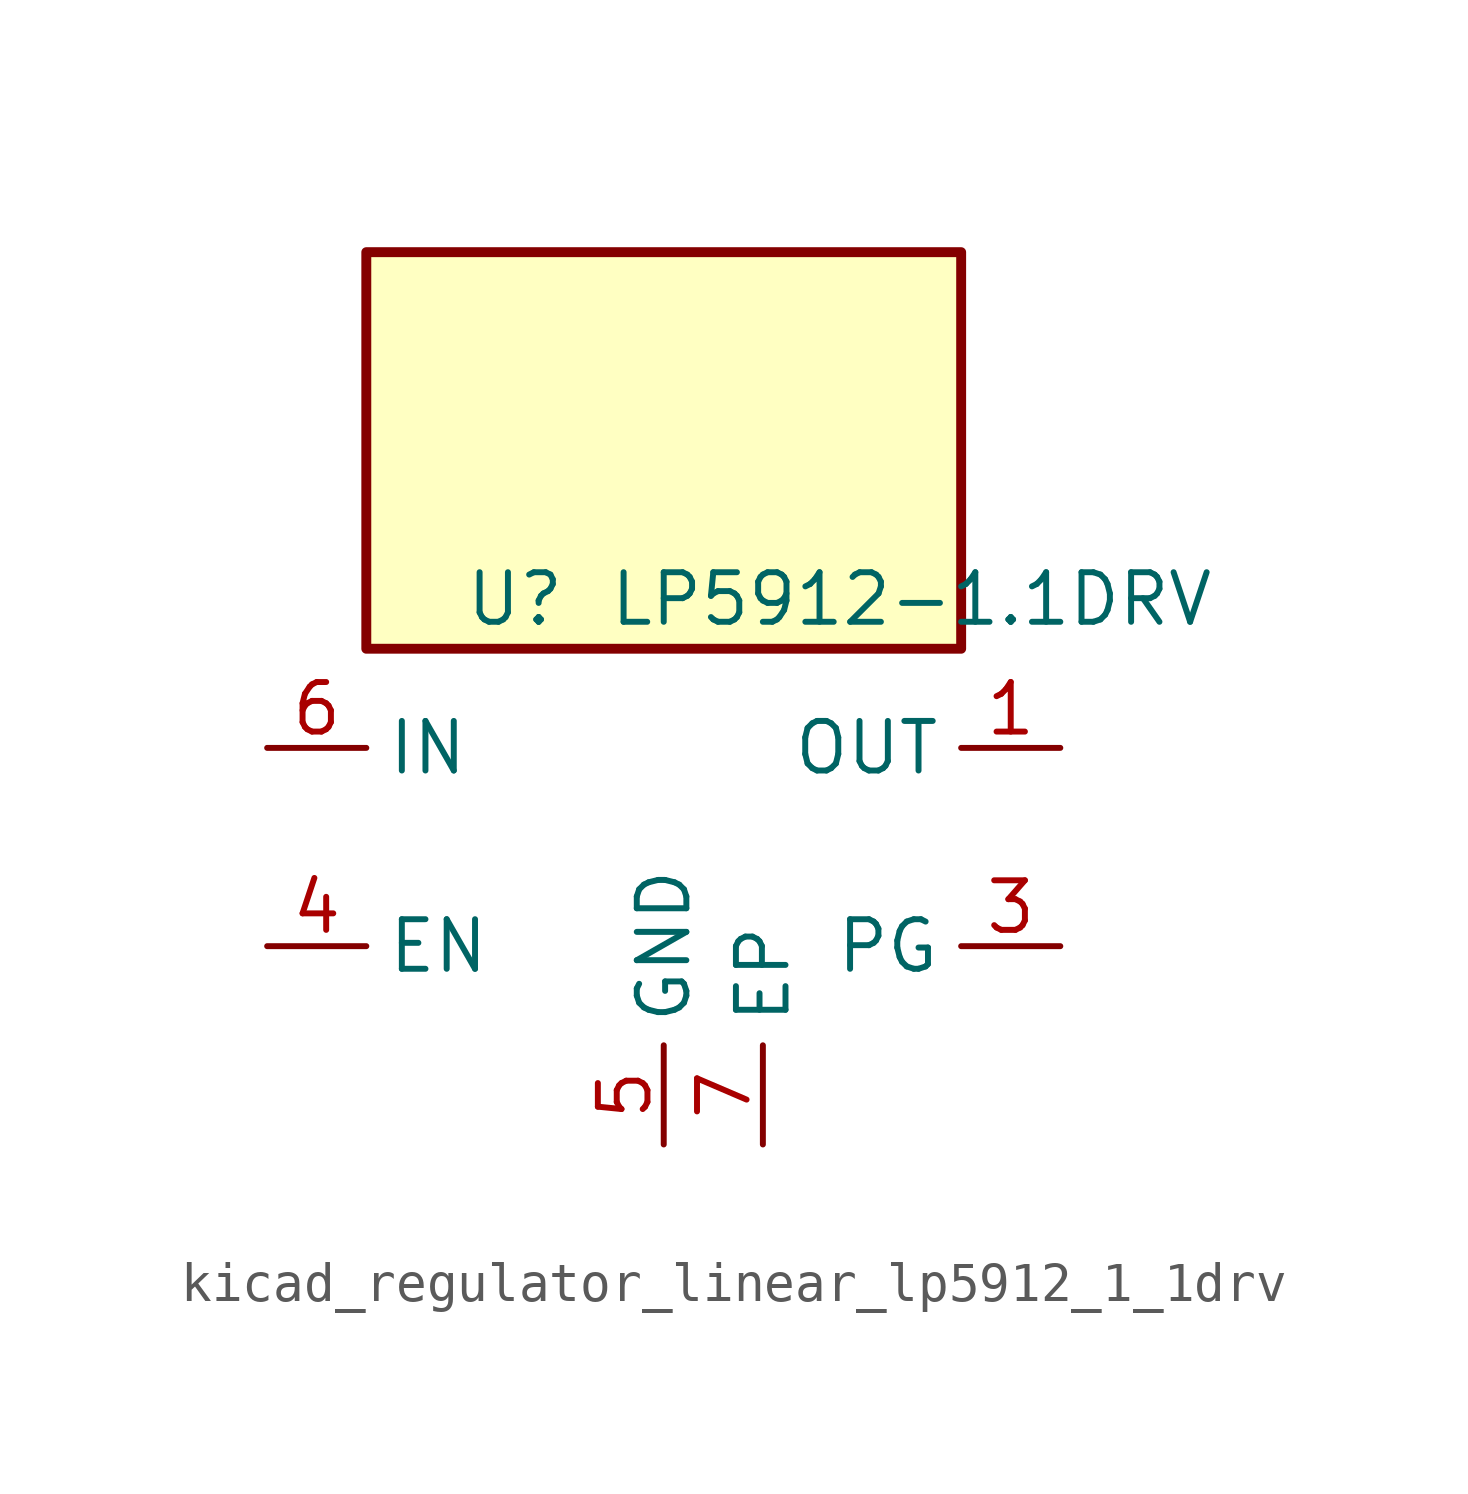
<source format=kicad_sym>
(kicad_symbol_lib
  (version 20220914)
  (generator kicad_symbol_editor)
  (symbol "kicad_regulator_linear_lp5912_1_1drv"
    (property "Reference" "U"
      (at -3.81 6.35 0)
      (effects (font (size 1.27 1.27))))
    (property "Value" "LP5912-1.1DRV"
      (at 6.35 6.35 0)
      (effects (font (size 1.27 1.27))))
    (symbol "kicad_regulator_linear_lp5912_1_1drv_0_1"
      (rectangle (start 7.62 15.24) (end -7.62 5.08) (stroke (width 0.254) (type default)) (fill (type background)))
      (pin power_out line (at 10.16 2.54 180) (length 2.54) (name "OUT" (effects (font (size 1.27 1.27)))) (number "1" (effects (font (size 1.27 1.27)))))
      (pin no_connect line (at 7.62 0 180) (length 2.54) hide (name "NC" (effects (font (size 1.27 1.27)))) (number "2" (effects (font (size 1.27 1.27)))))
      (pin input line (at -10.16 -2.54 0) (length 2.54) (name "EN" (effects (font (size 1.27 1.27)))) (number "4" (effects (font (size 1.27 1.27)))))
      (pin power_in line (at 0 -7.62 90) (length 2.54) (name "GND" (effects (font (size 1.27 1.27)))) (number "5" (effects (font (size 1.27 1.27)))))
      (pin power_in line (at -10.16 2.54 0) (length 2.54) (name "IN" (effects (font (size 1.27 1.27)))) (number "6" (effects (font (size 1.27 1.27))))))
    (symbol "kicad_regulator_linear_lp5912_1_1drv_1_1"
      (pin open_collector line (at 10.16 -2.54 180) (length 2.54) (name "PG" (effects (font (size 1.27 1.27)))) (number "3" (effects (font (size 1.27 1.27)))))
      (pin passive line (at 2.54 -7.62 90) (length 2.54) (name "EP" (effects (font (size 1.27 1.27)))) (number "7" (effects (font (size 1.27 1.27))))))))
</source>
